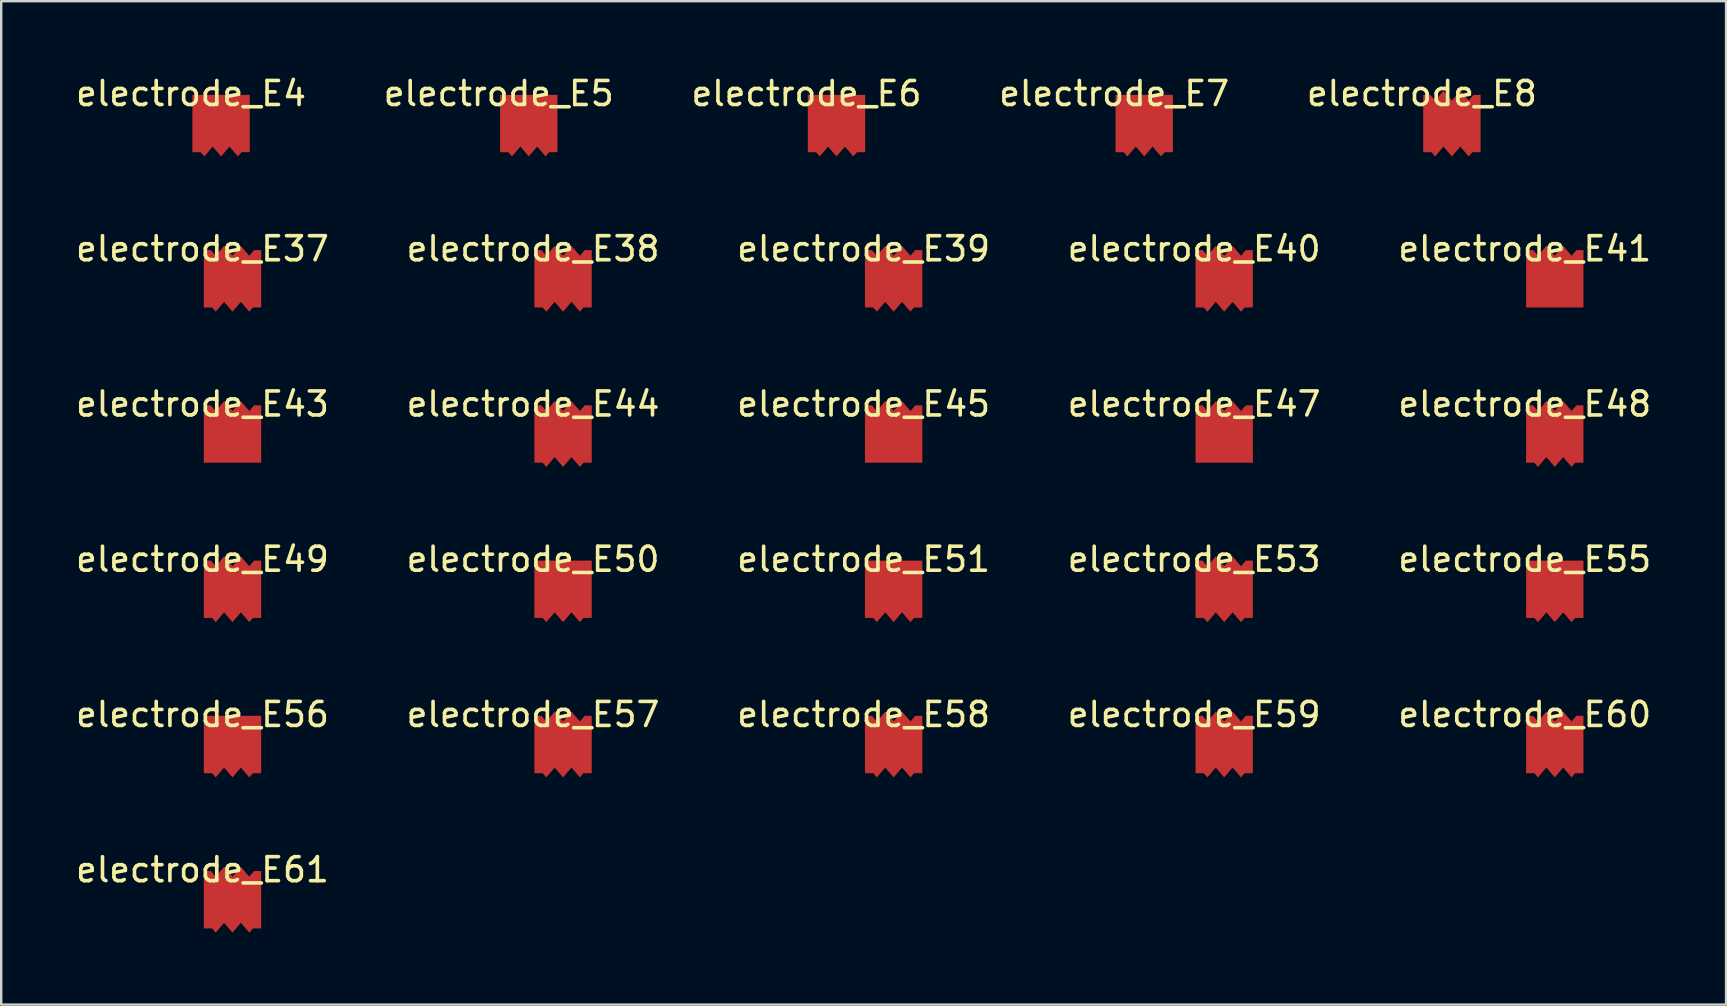
<source format=kicad_pcb>
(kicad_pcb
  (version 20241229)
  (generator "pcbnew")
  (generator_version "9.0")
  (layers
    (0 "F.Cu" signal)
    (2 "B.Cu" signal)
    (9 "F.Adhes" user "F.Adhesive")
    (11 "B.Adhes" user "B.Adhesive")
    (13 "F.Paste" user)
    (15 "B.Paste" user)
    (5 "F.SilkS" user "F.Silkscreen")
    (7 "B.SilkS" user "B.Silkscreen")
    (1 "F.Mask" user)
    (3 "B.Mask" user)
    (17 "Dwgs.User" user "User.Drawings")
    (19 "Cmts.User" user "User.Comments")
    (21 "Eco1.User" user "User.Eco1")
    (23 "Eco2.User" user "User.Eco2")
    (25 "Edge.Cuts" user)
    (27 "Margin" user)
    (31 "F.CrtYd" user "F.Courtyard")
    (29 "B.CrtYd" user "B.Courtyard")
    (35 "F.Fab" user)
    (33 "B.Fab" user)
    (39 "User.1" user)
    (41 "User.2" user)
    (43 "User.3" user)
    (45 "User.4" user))
  (footprint "electrode_E43"
    (layer "F.Cu")
    (at 5.387 13.785)
    (property "Reference" "electrode_E43" (at 0 0 0) (layer "F.SilkS") (effects (font (size 1 1) (thickness 0.15))))
    (attr through_hole)
    (pad "1" smd custom (at 1.25 1.25) (size 0.5 0.5) (layers "F.Cu" "F.Mask" "F.Paste") (options (anchor circle)) (primitives (gr_poly (pts (xy 0.7 -0.961) (xy 0.9 -1.195) (xy 1.195 -1.195) (xy 1.195 1.195) (xy -1.195 1.195) (xy -1.195 -1.195) (xy -0.9 -1.195) (xy -0.7 -0.961) (xy -0.35 -1.37) (xy 0 -0.961) (xy 0.35 -1.37)) (width 0.0001) (fill yes)))))
  (footprint "electrode_E48"
    (layer "F.Cu")
    (at 60.482 13.785)
    (property "Reference" "electrode_E48" (at 0 0 0) (layer "F.SilkS") (effects (font (size 1 1) (thickness 0.15))))
    (attr through_hole)
    (pad "1" smd custom (at 1.25 1.25) (size 0.5 0.5) (layers "F.Cu" "F.Mask" "F.Paste") (options (anchor circle)) (primitives (gr_poly (pts (xy 0.7 -0.961) (xy 0.9 -1.195) (xy 1.195 -1.195) (xy 1.195 1.195) (xy 0.85 1.195) (xy 0.7 1.37) (xy 0.35 0.961) (xy 0 1.37) (xy -0.35 0.961) (xy -0.7 1.37) (xy -0.85 1.195) (xy -1.195 1.195) (xy -1.195 -1.195) (xy -0.9 -1.195) (xy -0.7 -0.961) (xy -0.35 -1.37) (xy 0 -0.961) (xy 0.35 -1.37)) (width 0.0001) (fill yes)))))
  (footprint "electrode_E56"
    (layer "F.Cu")
    (at 5.387 26.721)
    (property "Reference" "electrode_E56" (at 0 0 0) (layer "F.SilkS") (effects (font (size 1 1) (thickness 0.15))))
    (attr through_hole)
    (pad "1" smd custom (at 1.25 1.25) (size 0.5 0.5) (layers "F.Cu" "F.Mask" "F.Paste") (options (anchor circle)) (primitives (gr_poly (pts (xy 1.195 1.195) (xy 0.85 1.195) (xy 0.7 1.37) (xy 0.35 0.961) (xy 0 1.37) (xy -0.35 0.961) (xy -0.7 1.37) (xy -0.85 1.195) (xy -1.195 1.195) (xy -1.195 -1.195) (xy 1.195 -1.195)) (width 0.0001) (fill yes)))))
  (footprint "electrode_E44"
    (layer "F.Cu")
    (at 19.161 13.785)
    (property "Reference" "electrode_E44" (at 0 0 0) (layer "F.SilkS") (effects (font (size 1 1) (thickness 0.15))))
    (attr through_hole)
    (pad "1" smd custom (at 1.25 1.25) (size 0.5 0.5) (layers "F.Cu" "F.Mask" "F.Paste") (options (anchor circle)) (primitives (gr_poly (pts (xy 0.7 -0.961) (xy 0.9 -1.195) (xy 1.195 -1.195) (xy 1.195 1.195) (xy 0.85 1.195) (xy 0.7 1.37) (xy 0.35 0.961) (xy 0 1.37) (xy -0.35 0.961) (xy -0.7 1.37) (xy -0.85 1.195) (xy -1.195 1.195) (xy -1.195 -1.195) (xy -0.9 -1.195) (xy -0.7 -0.961) (xy -0.35 -1.37) (xy 0 -0.961) (xy 0.35 -1.37)) (width 0.0001) (fill yes)))))
  (footprint "electrode_E55"
    (layer "F.Cu")
    (at 60.482 20.253)
    (property "Reference" "electrode_E55" (at 0 0 0) (layer "F.SilkS") (effects (font (size 1 1) (thickness 0.15))))
    (attr through_hole)
    (pad "1" smd custom (at 1.25 1.25) (size 0.5 0.5) (layers "F.Cu" "F.Mask" "F.Paste") (options (anchor circle)) (primitives (gr_poly (pts (xy 1.195 1.195) (xy 0.85 1.195) (xy 0.7 1.37) (xy 0.35 0.961) (xy 0 1.37) (xy -0.35 0.961) (xy -0.7 1.37) (xy -0.85 1.195) (xy -1.195 1.195) (xy -1.195 -1.195) (xy 1.195 -1.195)) (width 0.0001) (fill yes)))))
  (footprint "electrode_E53"
    (layer "F.Cu")
    (at 46.708 20.253)
    (property "Reference" "electrode_E53" (at 0 0 0) (layer "F.SilkS") (effects (font (size 1 1) (thickness 0.15))))
    (attr through_hole)
    (pad "1" smd custom (at 1.25 1.25) (size 0.5 0.5) (layers "F.Cu" "F.Mask" "F.Paste") (options (anchor circle)) (primitives (gr_poly (pts (xy 0.7 -0.961) (xy 0.9 -1.195) (xy 1.195 -1.195) (xy 1.195 1.195) (xy 0.85 1.195) (xy 0.7 1.37) (xy 0.35 0.961) (xy 0 1.37) (xy -0.35 0.961) (xy -0.7 1.37) (xy -0.85 1.195) (xy -1.195 1.195) (xy -1.195 -1.195) (xy -0.9 -1.195) (xy -0.7 -0.961) (xy -0.35 -1.37) (xy 0 -0.961) (xy 0.35 -1.37)) (width 0.0001) (fill yes)))))
  (footprint "electrode_E4"
    (layer "F.Cu")
    (at 4.911 0.848)
    (property "Reference" "electrode_E4" (at 0 0 0) (layer "F.SilkS") (effects (font (size 1 1) (thickness 0.15))))
    (attr through_hole)
    (pad "1" smd custom (at 1.25 1.25) (size 0.5 0.5) (layers "F.Cu" "F.Mask" "F.Paste") (options (anchor circle)) (primitives (gr_poly (pts (xy 1.195 1.195) (xy 0.85 1.195) (xy 0.7 1.37) (xy 0.35 0.961) (xy 0 1.37) (xy -0.35 0.961) (xy -0.7 1.37) (xy -0.85 1.195) (xy -1.195 1.195) (xy -1.195 -1.195) (xy 1.195 -1.195)) (width 0.0001) (fill yes)))))
  (footprint "electrode_E49"
    (layer "F.Cu")
    (at 5.387 20.253)
    (property "Reference" "electrode_E49" (at 0 0 0) (layer "F.SilkS") (effects (font (size 1 1) (thickness 0.15))))
    (attr through_hole)
    (pad "1" smd custom (at 1.25 1.25) (size 0.5 0.5) (layers "F.Cu" "F.Mask" "F.Paste") (options (anchor circle)) (primitives (gr_poly (pts (xy 0.7 -0.961) (xy 0.9 -1.195) (xy 1.195 -1.195) (xy 1.195 1.195) (xy 0.85 1.195) (xy 0.7 1.37) (xy 0.35 0.961) (xy 0 1.37) (xy -0.35 0.961) (xy -0.7 1.37) (xy -0.85 1.195) (xy -1.195 1.195) (xy -1.195 -1.195) (xy -0.9 -1.195) (xy -0.7 -0.961) (xy -0.35 -1.37) (xy 0 -0.961) (xy 0.35 -1.37)) (width 0.0001) (fill yes)))))
  (footprint "electrode_E41"
    (layer "F.Cu")
    (at 60.482 7.316)
    (property "Reference" "electrode_E41" (at 0 0 0) (layer "F.SilkS") (effects (font (size 1 1) (thickness 0.15))))
    (attr through_hole)
    (pad "1" smd custom (at 1.25 1.25) (size 0.5 0.5) (layers "F.Cu" "F.Mask" "F.Paste") (options (anchor circle)) (primitives (gr_poly (pts (xy 0.7 -0.961) (xy 0.9 -1.195) (xy 1.195 -1.195) (xy 1.195 1.195) (xy -1.195 1.195) (xy -1.195 -1.195) (xy -0.9 -1.195) (xy -0.7 -0.961) (xy -0.35 -1.37) (xy 0 -0.961) (xy 0.35 -1.37)) (width 0.0001) (fill yes)))))
  (footprint "electrode_E40"
    (layer "F.Cu")
    (at 46.708 7.316)
    (property "Reference" "electrode_E40" (at 0 0 0) (layer "F.SilkS") (effects (font (size 1 1) (thickness 0.15))))
    (attr through_hole)
    (pad "1" smd custom (at 1.25 1.25) (size 0.5 0.5) (layers "F.Cu" "F.Mask" "F.Paste") (options (anchor circle)) (primitives (gr_poly (pts (xy 0.7 -0.961) (xy 0.9 -1.195) (xy 1.195 -1.195) (xy 1.195 1.195) (xy 0.85 1.195) (xy 0.7 1.37) (xy 0.35 0.961) (xy 0 1.37) (xy -0.35 0.961) (xy -0.7 1.37) (xy -0.85 1.195) (xy -1.195 1.195) (xy -1.195 -1.195) (xy -0.9 -1.195) (xy -0.7 -0.961) (xy -0.35 -1.37) (xy 0 -0.961) (xy 0.35 -1.37)) (width 0.0001) (fill yes)))))
  (footprint "electrode_E51"
    (layer "F.Cu")
    (at 32.935 20.253)
    (property "Reference" "electrode_E51" (at 0 0 0) (layer "F.SilkS") (effects (font (size 1 1) (thickness 0.15))))
    (attr through_hole)
    (pad "1" smd custom (at 1.25 1.25) (size 0.5 0.5) (layers "F.Cu" "F.Mask" "F.Paste") (options (anchor circle)) (primitives (gr_poly (pts (xy 1.195 1.195) (xy 0.85 1.195) (xy 0.7 1.37) (xy 0.35 0.961) (xy 0 1.37) (xy -0.35 0.961) (xy -0.7 1.37) (xy -0.85 1.195) (xy -1.195 1.195) (xy -1.195 -1.195) (xy 1.195 -1.195)) (width 0.0001) (fill yes)))))
  (footprint "electrode_E38"
    (layer "F.Cu")
    (at 19.161 7.316)
    (property "Reference" "electrode_E38" (at 0 0 0) (layer "F.SilkS") (effects (font (size 1 1) (thickness 0.15))))
    (attr through_hole)
    (pad "1" smd custom (at 1.25 1.25) (size 0.5 0.5) (layers "F.Cu" "F.Mask" "F.Paste") (options (anchor circle)) (primitives (gr_poly (pts (xy 0.7 -0.961) (xy 0.9 -1.195) (xy 1.195 -1.195) (xy 1.195 1.195) (xy 0.85 1.195) (xy 0.7 1.37) (xy 0.35 0.961) (xy 0 1.37) (xy -0.35 0.961) (xy -0.7 1.37) (xy -0.85 1.195) (xy -1.195 1.195) (xy -1.195 -1.195) (xy -0.9 -1.195) (xy -0.7 -0.961) (xy -0.35 -1.37) (xy 0 -0.961) (xy 0.35 -1.37)) (width 0.0001) (fill yes)))))
  (footprint "electrode_E7"
    (layer "F.Cu")
    (at 43.375 0.848)
    (property "Reference" "electrode_E7" (at 0 0 0) (layer "F.SilkS") (effects (font (size 1 1) (thickness 0.15))))
    (attr through_hole)
    (pad "1" smd custom (at 1.25 1.25) (size 0.5 0.5) (layers "F.Cu" "F.Mask" "F.Paste") (options (anchor circle)) (primitives (gr_poly (pts (xy 1.195 1.195) (xy 0.85 1.195) (xy 0.7 1.37) (xy 0.35 0.961) (xy 0 1.37) (xy -0.35 0.961) (xy -0.7 1.37) (xy -0.85 1.195) (xy -1.195 1.195) (xy -1.195 -1.195) (xy 1.195 -1.195)) (width 0.0001) (fill yes)))))
  (footprint "electrode_E61"
    (layer "F.Cu")
    (at 5.387 33.189)
    (property "Reference" "electrode_E61" (at 0 0 0) (layer "F.SilkS") (effects (font (size 1 1) (thickness 0.15))))
    (attr through_hole)
    (pad "1" smd custom (at 1.25 1.25) (size 0.5 0.5) (layers "F.Cu" "F.Mask" "F.Paste") (options (anchor circle)) (primitives (gr_poly (pts (xy 0.7 -0.961) (xy 0.9 -1.195) (xy 1.195 -1.195) (xy 1.195 1.195) (xy 0.85 1.195) (xy 0.7 1.37) (xy 0.35 0.961) (xy 0 1.37) (xy -0.35 0.961) (xy -0.7 1.37) (xy -0.85 1.195) (xy -1.195 1.195) (xy -1.195 -1.195) (xy -0.9 -1.195) (xy -0.7 -0.961) (xy -0.35 -1.37) (xy 0 -0.961) (xy 0.35 -1.37)) (width 0.0001) (fill yes)))))
  (footprint "electrode_E39"
    (layer "F.Cu")
    (at 32.935 7.316)
    (property "Reference" "electrode_E39" (at 0 0 0) (layer "F.SilkS") (effects (font (size 1 1) (thickness 0.15))))
    (attr through_hole)
    (pad "1" smd custom (at 1.25 1.25) (size 0.5 0.5) (layers "F.Cu" "F.Mask" "F.Paste") (options (anchor circle)) (primitives (gr_poly (pts (xy 0.7 -0.961) (xy 0.9 -1.195) (xy 1.195 -1.195) (xy 1.195 1.195) (xy 0.85 1.195) (xy 0.7 1.37) (xy 0.35 0.961) (xy 0 1.37) (xy -0.35 0.961) (xy -0.7 1.37) (xy -0.85 1.195) (xy -1.195 1.195) (xy -1.195 -1.195) (xy -0.9 -1.195) (xy -0.7 -0.961) (xy -0.35 -1.37) (xy 0 -0.961) (xy 0.35 -1.37)) (width 0.0001) (fill yes)))))
  (footprint "electrode_E50"
    (layer "F.Cu")
    (at 19.161 20.253)
    (property "Reference" "electrode_E50" (at 0 0 0) (layer "F.SilkS") (effects (font (size 1 1) (thickness 0.15))))
    (attr through_hole)
    (pad "1" smd custom (at 1.25 1.25) (size 0.5 0.5) (layers "F.Cu" "F.Mask" "F.Paste") (options (anchor circle)) (primitives (gr_poly (pts (xy 1.195 1.195) (xy 0.85 1.195) (xy 0.7 1.37) (xy 0.35 0.961) (xy 0 1.37) (xy -0.35 0.961) (xy -0.7 1.37) (xy -0.85 1.195) (xy -1.195 1.195) (xy -1.195 -1.195) (xy 1.195 -1.195)) (width 0.0001) (fill yes)))))
  (footprint "electrode_E6"
    (layer "F.Cu")
    (at 30.554 0.848)
    (property "Reference" "electrode_E6" (at 0 0 0) (layer "F.SilkS") (effects (font (size 1 1) (thickness 0.15))))
    (attr through_hole)
    (pad "1" smd custom (at 1.25 1.25) (size 0.5 0.5) (layers "F.Cu" "F.Mask" "F.Paste") (options (anchor circle)) (primitives (gr_poly (pts (xy 1.195 1.195) (xy 0.85 1.195) (xy 0.7 1.37) (xy 0.35 0.961) (xy 0 1.37) (xy -0.35 0.961) (xy -0.7 1.37) (xy -0.85 1.195) (xy -1.195 1.195) (xy -1.195 -1.195) (xy 1.195 -1.195)) (width 0.0001) (fill yes)))))
  (footprint "electrode_E5"
    (layer "F.Cu")
    (at 17.732 0.848)
    (property "Reference" "electrode_E5" (at 0 0 0) (layer "F.SilkS") (effects (font (size 1 1) (thickness 0.15))))
    (attr through_hole)
    (pad "1" smd custom (at 1.25 1.25) (size 0.5 0.5) (layers "F.Cu" "F.Mask" "F.Paste") (options (anchor circle)) (primitives (gr_poly (pts (xy 1.195 1.195) (xy 0.85 1.195) (xy 0.7 1.37) (xy 0.35 0.961) (xy 0 1.37) (xy -0.35 0.961) (xy -0.7 1.37) (xy -0.85 1.195) (xy -1.195 1.195) (xy -1.195 -1.195) (xy 1.195 -1.195)) (width 0.0001) (fill yes)))))
  (footprint "electrode_E58"
    (layer "F.Cu")
    (at 32.935 26.721)
    (property "Reference" "electrode_E58" (at 0 0 0) (layer "F.SilkS") (effects (font (size 1 1) (thickness 0.15))))
    (attr through_hole)
    (pad "1" smd custom (at 1.25 1.25) (size 0.5 0.5) (layers "F.Cu" "F.Mask" "F.Paste") (options (anchor circle)) (primitives (gr_poly (pts (xy 0.7 -0.961) (xy 0.9 -1.195) (xy 1.195 -1.195) (xy 1.195 1.195) (xy 0.85 1.195) (xy 0.7 1.37) (xy 0.35 0.961) (xy 0 1.37) (xy -0.35 0.961) (xy -0.7 1.37) (xy -0.85 1.195) (xy -1.195 1.195) (xy -1.195 -1.195) (xy -0.9 -1.195) (xy -0.7 -0.961) (xy -0.35 -1.37) (xy 0 -0.961) (xy 0.35 -1.37)) (width 0.0001) (fill yes)))))
  (footprint "electrode_E60"
    (layer "F.Cu")
    (at 60.482 26.721)
    (property "Reference" "electrode_E60" (at 0 0 0) (layer "F.SilkS") (effects (font (size 1 1) (thickness 0.15))))
    (attr through_hole)
    (pad "1" smd custom (at 1.25 1.25) (size 0.5 0.5) (layers "F.Cu" "F.Mask" "F.Paste") (options (anchor circle)) (primitives (gr_poly (pts (xy 0.7 -0.961) (xy 0.9 -1.195) (xy 1.195 -1.195) (xy 1.195 1.195) (xy 0.85 1.195) (xy 0.7 1.37) (xy 0.35 0.961) (xy 0 1.37) (xy -0.35 0.961) (xy -0.7 1.37) (xy -0.85 1.195) (xy -1.195 1.195) (xy -1.195 -1.195) (xy -0.9 -1.195) (xy -0.7 -0.961) (xy -0.35 -1.37) (xy 0 -0.961) (xy 0.35 -1.37)) (width 0.0001) (fill yes)))))
  (footprint "electrode_E37"
    (layer "F.Cu")
    (at 5.387 7.316)
    (property "Reference" "electrode_E37" (at 0 0 0) (layer "F.SilkS") (effects (font (size 1 1) (thickness 0.15))))
    (attr through_hole)
    (pad "1" smd custom (at 1.25 1.25) (size 0.5 0.5) (layers "F.Cu" "F.Mask" "F.Paste") (options (anchor circle)) (primitives (gr_poly (pts (xy 0.7 -0.961) (xy 0.9 -1.195) (xy 1.195 -1.195) (xy 1.195 1.195) (xy 0.85 1.195) (xy 0.7 1.37) (xy 0.35 0.961) (xy 0 1.37) (xy -0.35 0.961) (xy -0.7 1.37) (xy -0.85 1.195) (xy -1.195 1.195) (xy -1.195 -1.195) (xy -0.9 -1.195) (xy -0.7 -0.961) (xy -0.35 -1.37) (xy 0 -0.961) (xy 0.35 -1.37)) (width 0.0001) (fill yes)))))
  (footprint "electrode_E45"
    (layer "F.Cu")
    (at 32.935 13.785)
    (property "Reference" "electrode_E45" (at 0 0 0) (layer "F.SilkS") (effects (font (size 1 1) (thickness 0.15))))
    (attr through_hole)
    (pad "1" smd custom (at 1.25 1.25) (size 0.5 0.5) (layers "F.Cu" "F.Mask" "F.Paste") (options (anchor circle)) (primitives (gr_poly (pts (xy 0.7 -0.961) (xy 0.9 -1.195) (xy 1.195 -1.195) (xy 1.195 1.195) (xy -1.195 1.195) (xy -1.195 -1.195) (xy -0.9 -1.195) (xy -0.7 -0.961) (xy -0.35 -1.37) (xy 0 -0.961) (xy 0.35 -1.37)) (width 0.0001) (fill yes)))))
  (footprint "electrode_E59"
    (layer "F.Cu")
    (at 46.708 26.721)
    (property "Reference" "electrode_E59" (at 0 0 0) (layer "F.SilkS") (effects (font (size 1 1) (thickness 0.15))))
    (attr through_hole)
    (pad "1" smd custom (at 1.25 1.25) (size 0.5 0.5) (layers "F.Cu" "F.Mask" "F.Paste") (options (anchor circle)) (primitives (gr_poly (pts (xy 0.7 -0.961) (xy 0.9 -1.195) (xy 1.195 -1.195) (xy 1.195 1.195) (xy 0.85 1.195) (xy 0.7 1.37) (xy 0.35 0.961) (xy 0 1.37) (xy -0.35 0.961) (xy -0.7 1.37) (xy -0.85 1.195) (xy -1.195 1.195) (xy -1.195 -1.195) (xy -0.9 -1.195) (xy -0.7 -0.961) (xy -0.35 -1.37) (xy 0 -0.961) (xy 0.35 -1.37)) (width 0.0001) (fill yes)))))
  (footprint "electrode_E47"
    (layer "F.Cu")
    (at 46.708 13.785)
    (property "Reference" "electrode_E47" (at 0 0 0) (layer "F.SilkS") (effects (font (size 1 1) (thickness 0.15))))
    (attr through_hole)
    (pad "1" smd custom (at 1.25 1.25) (size 0.5 0.5) (layers "F.Cu" "F.Mask" "F.Paste") (options (anchor circle)) (primitives (gr_poly (pts (xy 0.7 -0.961) (xy 0.9 -1.195) (xy 1.195 -1.195) (xy 1.195 1.195) (xy -1.195 1.195) (xy -1.195 -1.195) (xy -0.9 -1.195) (xy -0.7 -0.961) (xy -0.35 -1.37) (xy 0 -0.961) (xy 0.35 -1.37)) (width 0.0001) (fill yes)))))
  (footprint "electrode_E57"
    (layer "F.Cu")
    (at 19.161 26.721)
    (property "Reference" "electrode_E57" (at 0 0 0) (layer "F.SilkS") (effects (font (size 1 1) (thickness 0.15))))
    (attr through_hole)
    (pad "1" smd custom (at 1.25 1.25) (size 0.5 0.5) (layers "F.Cu" "F.Mask" "F.Paste") (options (anchor circle)) (primitives (gr_poly (pts (xy 0.7 -0.961) (xy 0.9 -1.195) (xy 1.195 -1.195) (xy 1.195 1.195) (xy 0.85 1.195) (xy 0.7 1.37) (xy 0.35 0.961) (xy 0 1.37) (xy -0.35 0.961) (xy -0.7 1.37) (xy -0.85 1.195) (xy -1.195 1.195) (xy -1.195 -1.195) (xy -0.9 -1.195) (xy -0.7 -0.961) (xy -0.35 -1.37) (xy 0 -0.961) (xy 0.35 -1.37)) (width 0.0001) (fill yes)))))
  (footprint "electrode_E8"
    (layer "F.Cu")
    (at 56.196 0.848)
    (property "Reference" "electrode_E8" (at 0 0 0) (layer "F.SilkS") (effects (font (size 1 1) (thickness 0.15))))
    (attr through_hole)
    (pad "1" smd custom (at 1.25 1.25) (size 0.5 0.5) (layers "F.Cu" "F.Mask" "F.Paste") (options (anchor circle)) (primitives (gr_poly (pts (xy 0.7 -0.961) (xy 0.9 -1.195) (xy 1.195 -1.195) (xy 1.195 1.195) (xy 0.85 1.195) (xy 0.7 1.37) (xy 0.35 0.961) (xy 0 1.37) (xy -0.35 0.961) (xy -0.7 1.37) (xy -0.85 1.195) (xy -1.195 1.195) (xy -1.195 -1.195) (xy -0.9 -1.195) (xy -0.7 -0.961) (xy -0.35 -1.37) (xy 0 -0.961) (xy 0.35 -1.37)) (width 0.0001) (fill yes)))))
  (gr_rect
    (start -3 -3)
    (end 68.869 38.809)
    (stroke (width 0.1) (type default))
    (fill no)
    (layer "Edge.Cuts")))
</source>
